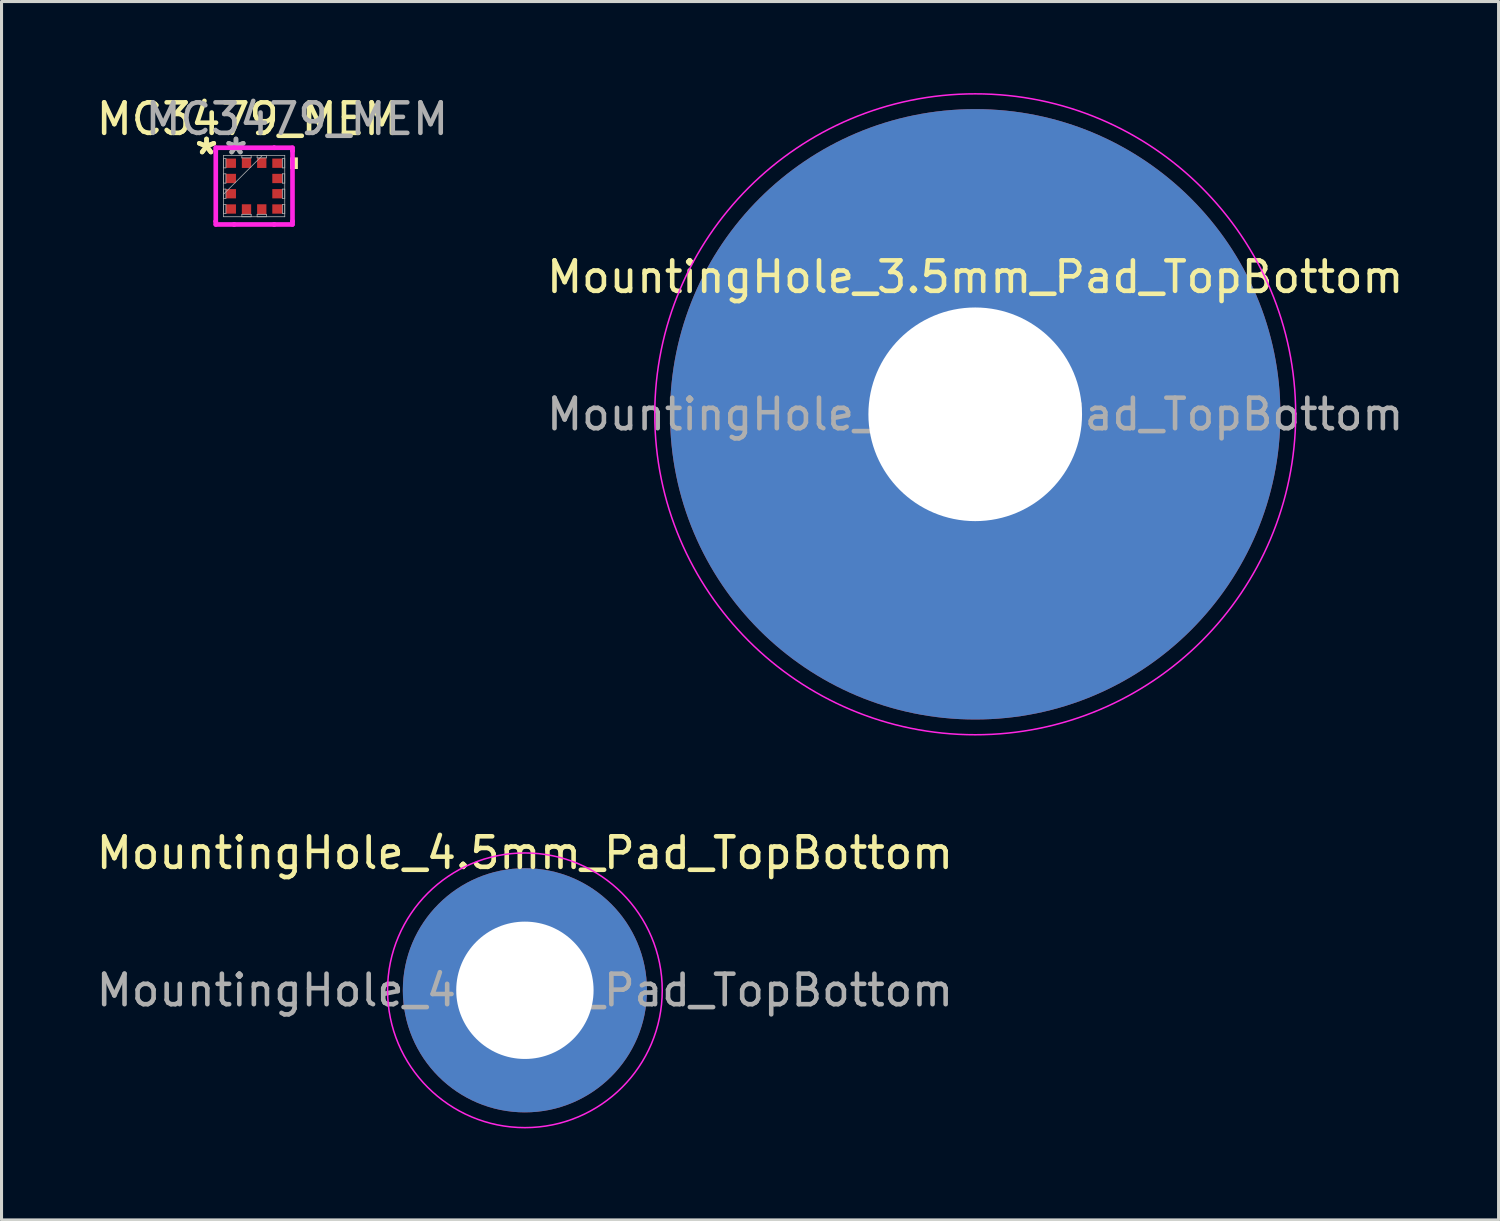
<source format=kicad_pcb>
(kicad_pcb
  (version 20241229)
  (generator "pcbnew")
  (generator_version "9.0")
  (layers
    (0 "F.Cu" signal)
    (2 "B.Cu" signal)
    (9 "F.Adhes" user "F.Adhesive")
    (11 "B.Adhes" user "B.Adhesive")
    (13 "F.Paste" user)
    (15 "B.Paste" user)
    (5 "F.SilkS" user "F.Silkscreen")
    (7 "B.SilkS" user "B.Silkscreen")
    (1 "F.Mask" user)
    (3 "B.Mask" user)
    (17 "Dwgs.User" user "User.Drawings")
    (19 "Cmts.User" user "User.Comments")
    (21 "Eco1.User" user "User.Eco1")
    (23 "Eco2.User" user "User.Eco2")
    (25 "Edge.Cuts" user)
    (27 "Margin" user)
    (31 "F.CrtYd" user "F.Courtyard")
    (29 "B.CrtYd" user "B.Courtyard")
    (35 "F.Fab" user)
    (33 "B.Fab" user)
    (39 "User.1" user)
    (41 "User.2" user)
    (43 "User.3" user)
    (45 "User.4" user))
  (footprint "MountingHole_4.5mm_Pad_TopBottom"
    (layer "F.Cu")
    (at 14.149 29.398)
    (property "Reference" "MountingHole_4.5mm_Pad_TopBottom" (at 0 -4.5 0) (layer "F.SilkS") (effects (font (size 1 1) (thickness 0.15))))
    (attr exclude_from_pos_files exclude_from_bom)
    (fp_circle (center 0 0) (end 4.5 0) (stroke (width 0.05) (type solid)) (fill no) (layer "F.CrtYd"))
    (fp_text user "${REFERENCE}" (at 0 0 0) (layer "F.Fab") (effects (font (size 1 1) (thickness 0.15))))
    (pad "1" thru_hole circle (at 0 0) (size 5 5) (drill 4.5) (layers "*.Cu" "*.Mask"))
    (pad "1" connect circle (at 0 0) (size 8 8) (layers "F.Cu" "F.Mask"))
    (pad "1" connect circle (at 0 0) (size 8 8) (layers "B.Cu" "B.Mask")))
  (footprint "MC3479_MEM"
    (layer "F.Cu")
    (at 5.277 3.048)
    (property "Reference" "MC3479_MEM" (at -0.2 -2.2 0) (unlocked yes) (layer "F.SilkS") (effects (font (size 1 1) (thickness 0.15))))
    (attr smd)
    (fp_poly (pts (xy 1.433 -0.941) (xy 1.433 -0.56) (xy 1.179 -0.56) (xy 1.179 -0.941)) (stroke (width 0) (type solid)) (fill yes) (layer "F.SilkS"))
    (fp_line (start -1.257 -1.257) (end -0.656 -1.257) (stroke (width 0.152) (type solid)) (layer "F.CrtYd"))
    (fp_line (start -1.257 -1.156) (end -1.257 -1.257) (stroke (width 0.152) (type solid)) (layer "F.CrtYd"))
    (fp_line (start -1.257 -1.156) (end -1.257 -1.156) (stroke (width 0.152) (type solid)) (layer "F.CrtYd"))
    (fp_line (start -1.257 1.156) (end -1.257 -1.156) (stroke (width 0.152) (type solid)) (layer "F.CrtYd"))
    (fp_line (start -1.257 1.156) (end -1.257 1.156) (stroke (width 0.152) (type solid)) (layer "F.CrtYd"))
    (fp_line (start -1.257 1.257) (end -1.257 1.156) (stroke (width 0.152) (type solid)) (layer "F.CrtYd"))
    (fp_line (start -0.656 -1.257) (end -0.656 -1.257) (stroke (width 0.152) (type solid)) (layer "F.CrtYd"))
    (fp_line (start -0.656 -1.257) (end 0.656 -1.257) (stroke (width 0.152) (type solid)) (layer "F.CrtYd"))
    (fp_line (start -0.656 1.257) (end -1.257 1.257) (stroke (width 0.152) (type solid)) (layer "F.CrtYd"))
    (fp_line (start -0.656 1.257) (end -0.656 1.257) (stroke (width 0.152) (type solid)) (layer "F.CrtYd"))
    (fp_line (start 0.656 -1.257) (end 0.656 -1.257) (stroke (width 0.152) (type solid)) (layer "F.CrtYd"))
    (fp_line (start 0.656 -1.257) (end 1.257 -1.257) (stroke (width 0.152) (type solid)) (layer "F.CrtYd"))
    (fp_line (start 0.656 1.257) (end -0.656 1.257) (stroke (width 0.152) (type solid)) (layer "F.CrtYd"))
    (fp_line (start 0.656 1.257) (end 0.656 1.257) (stroke (width 0.152) (type solid)) (layer "F.CrtYd"))
    (fp_line (start 1.257 -1.257) (end 1.257 -1.156) (stroke (width 0.152) (type solid)) (layer "F.CrtYd"))
    (fp_line (start 1.257 -1.156) (end 1.257 -1.156) (stroke (width 0.152) (type solid)) (layer "F.CrtYd"))
    (fp_line (start 1.257 -1.156) (end 1.257 1.156) (stroke (width 0.152) (type solid)) (layer "F.CrtYd"))
    (fp_line (start 1.257 1.156) (end 1.257 1.156) (stroke (width 0.152) (type solid)) (layer "F.CrtYd"))
    (fp_line (start 1.257 1.156) (end 1.257 1.257) (stroke (width 0.152) (type solid)) (layer "F.CrtYd"))
    (fp_line (start 1.257 1.257) (end 0.656 1.257) (stroke (width 0.152) (type solid)) (layer "F.CrtYd"))
    (fp_line (start -1.003 -1.003) (end -1.003 -1.003) (stroke (width 0.025) (type solid)) (layer "F.Fab"))
    (fp_line (start -1.003 -1.003) (end -1.003 1.003) (stroke (width 0.025) (type solid)) (layer "F.Fab"))
    (fp_line (start -1.003 -0.902) (end -0.925 -0.902) (stroke (width 0.025) (type solid)) (layer "F.Fab"))
    (fp_line (start -1.003 -0.598) (end -1.003 -0.902) (stroke (width 0.025) (type solid)) (layer "F.Fab"))
    (fp_line (start -1.003 -0.402) (end -0.925 -0.402) (stroke (width 0.025) (type solid)) (layer "F.Fab"))
    (fp_line (start -1.003 -0.098) (end -1.003 -0.402) (stroke (width 0.025) (type solid)) (layer "F.Fab"))
    (fp_line (start -1.003 0.098) (end -0.925 0.098) (stroke (width 0.025) (type solid)) (layer "F.Fab"))
    (fp_line (start -1.003 0.267) (end 0.267 -1.003) (stroke (width 0.025) (type solid)) (layer "F.Fab"))
    (fp_line (start -1.003 0.402) (end -1.003 0.098) (stroke (width 0.025) (type solid)) (layer "F.Fab"))
    (fp_line (start -1.003 0.598) (end -0.925 0.598) (stroke (width 0.025) (type solid)) (layer "F.Fab"))
    (fp_line (start -1.003 0.902) (end -1.003 0.598) (stroke (width 0.025) (type solid)) (layer "F.Fab"))
    (fp_line (start -1.003 1.003) (end -1.003 1.003) (stroke (width 0.025) (type solid)) (layer "F.Fab"))
    (fp_line (start -1.003 1.003) (end 1.003 1.003) (stroke (width 0.025) (type solid)) (layer "F.Fab"))
    (fp_line (start -0.925 -0.902) (end -0.925 -0.598) (stroke (width 0.025) (type solid)) (layer "F.Fab"))
    (fp_line (start -0.925 -0.598) (end -1.003 -0.598) (stroke (width 0.025) (type solid)) (layer "F.Fab"))
    (fp_line (start -0.925 -0.402) (end -0.925 -0.098) (stroke (width 0.025) (type solid)) (layer "F.Fab"))
    (fp_line (start -0.925 -0.098) (end -1.003 -0.098) (stroke (width 0.025) (type solid)) (layer "F.Fab"))
    (fp_line (start -0.925 0.098) (end -0.925 0.402) (stroke (width 0.025) (type solid)) (layer "F.Fab"))
    (fp_line (start -0.925 0.402) (end -1.003 0.402) (stroke (width 0.025) (type solid)) (layer "F.Fab"))
    (fp_line (start -0.925 0.598) (end -0.925 0.902) (stroke (width 0.025) (type solid)) (layer "F.Fab"))
    (fp_line (start -0.925 0.902) (end -1.003 0.902) (stroke (width 0.025) (type solid)) (layer "F.Fab"))
    (fp_line (start -0.402 -1.003) (end -0.098 -1.003) (stroke (width 0.025) (type solid)) (layer "F.Fab"))
    (fp_line (start -0.402 -0.925) (end -0.402 -1.003) (stroke (width 0.025) (type solid)) (layer "F.Fab"))
    (fp_line (start -0.402 0.925) (end -0.098 0.925) (stroke (width 0.025) (type solid)) (layer "F.Fab"))
    (fp_line (start -0.402 1.003) (end -0.402 0.925) (stroke (width 0.025) (type solid)) (layer "F.Fab"))
    (fp_line (start -0.098 -1.003) (end -0.098 -0.925) (stroke (width 0.025) (type solid)) (layer "F.Fab"))
    (fp_line (start -0.098 -0.925) (end -0.402 -0.925) (stroke (width 0.025) (type solid)) (layer "F.Fab"))
    (fp_line (start -0.098 0.925) (end -0.098 1.003) (stroke (width 0.025) (type solid)) (layer "F.Fab"))
    (fp_line (start -0.098 1.003) (end -0.402 1.003) (stroke (width 0.025) (type solid)) (layer "F.Fab"))
    (fp_line (start 0.098 -1.003) (end 0.402 -1.003) (stroke (width 0.025) (type solid)) (layer "F.Fab"))
    (fp_line (start 0.098 -0.925) (end 0.098 -1.003) (stroke (width 0.025) (type solid)) (layer "F.Fab"))
    (fp_line (start 0.098 0.925) (end 0.402 0.925) (stroke (width 0.025) (type solid)) (layer "F.Fab"))
    (fp_line (start 0.098 1.003) (end 0.098 0.925) (stroke (width 0.025) (type solid)) (layer "F.Fab"))
    (fp_line (start 0.402 -1.003) (end 0.402 -0.925) (stroke (width 0.025) (type solid)) (layer "F.Fab"))
    (fp_line (start 0.402 -0.925) (end 0.098 -0.925) (stroke (width 0.025) (type solid)) (layer "F.Fab"))
    (fp_line (start 0.402 0.925) (end 0.402 1.003) (stroke (width 0.025) (type solid)) (layer "F.Fab"))
    (fp_line (start 0.402 1.003) (end 0.098 1.003) (stroke (width 0.025) (type solid)) (layer "F.Fab"))
    (fp_line (start 0.925 -0.902) (end 1.003 -0.902) (stroke (width 0.025) (type solid)) (layer "F.Fab"))
    (fp_line (start 0.925 -0.598) (end 0.925 -0.902) (stroke (width 0.025) (type solid)) (layer "F.Fab"))
    (fp_line (start 0.925 -0.402) (end 1.003 -0.402) (stroke (width 0.025) (type solid)) (layer "F.Fab"))
    (fp_line (start 0.925 -0.098) (end 0.925 -0.402) (stroke (width 0.025) (type solid)) (layer "F.Fab"))
    (fp_line (start 0.925 0.098) (end 1.003 0.098) (stroke (width 0.025) (type solid)) (layer "F.Fab"))
    (fp_line (start 0.925 0.402) (end 0.925 0.098) (stroke (width 0.025) (type solid)) (layer "F.Fab"))
    (fp_line (start 0.925 0.598) (end 1.003 0.598) (stroke (width 0.025) (type solid)) (layer "F.Fab"))
    (fp_line (start 0.925 0.902) (end 0.925 0.598) (stroke (width 0.025) (type solid)) (layer "F.Fab"))
    (fp_line (start 1.003 -1.003) (end -1.003 -1.003) (stroke (width 0.025) (type solid)) (layer "F.Fab"))
    (fp_line (start 1.003 -1.003) (end 1.003 -1.003) (stroke (width 0.025) (type solid)) (layer "F.Fab"))
    (fp_line (start 1.003 -0.902) (end 1.003 -0.598) (stroke (width 0.025) (type solid)) (layer "F.Fab"))
    (fp_line (start 1.003 -0.598) (end 0.925 -0.598) (stroke (width 0.025) (type solid)) (layer "F.Fab"))
    (fp_line (start 1.003 -0.402) (end 1.003 -0.098) (stroke (width 0.025) (type solid)) (layer "F.Fab"))
    (fp_line (start 1.003 -0.098) (end 0.925 -0.098) (stroke (width 0.025) (type solid)) (layer "F.Fab"))
    (fp_line (start 1.003 0.098) (end 1.003 0.402) (stroke (width 0.025) (type solid)) (layer "F.Fab"))
    (fp_line (start 1.003 0.402) (end 0.925 0.402) (stroke (width 0.025) (type solid)) (layer "F.Fab"))
    (fp_line (start 1.003 0.598) (end 1.003 0.902) (stroke (width 0.025) (type solid)) (layer "F.Fab"))
    (fp_line (start 1.003 0.902) (end 0.925 0.902) (stroke (width 0.025) (type solid)) (layer "F.Fab"))
    (fp_line (start 1.003 1.003) (end 1.003 -1.003) (stroke (width 0.025) (type solid)) (layer "F.Fab"))
    (fp_line (start 1.003 1.003) (end 1.003 1.003) (stroke (width 0.025) (type solid)) (layer "F.Fab"))
    (fp_text user "*" (at -1.56 -1 0) (layer "F.SilkS") (effects (font (size 1 1) (thickness 0.15))))
    (fp_text user "*" (at -1.56 -1 0) (unlocked yes) (layer "F.SilkS") (effects (font (size 1 1) (thickness 0.15))))
    (fp_text user "*" (at -0.595 -1 0) (unlocked yes) (layer "F.Fab") (effects (font (size 1 1) (thickness 0.15))))
    (fp_text user "*" (at -0.595 -1 0) (layer "F.Fab") (effects (font (size 1 1) (thickness 0.15))))
    (fp_text user "${REFERENCE}" (at 1.4 -2.2 0) (unlocked yes) (layer "F.Fab") (effects (font (size 1 1) (thickness 0.15))))
    (pad "1" smd rect (at -0.76 -0.75 90) (size 0.305 0.33) (layers "F.Cu" "F.Mask" "F.Paste"))
    (pad "2" smd rect (at -0.76 -0.25 90) (size 0.305 0.33) (layers "F.Cu" "F.Mask" "F.Paste"))
    (pad "3" smd rect (at -0.76 0.25 90) (size 0.305 0.33) (layers "F.Cu" "F.Mask" "F.Paste"))
    (pad "4" smd rect (at -0.76 0.75 90) (size 0.305 0.33) (layers "F.Cu" "F.Mask" "F.Paste"))
    (pad "5" smd rect (at -0.25 0.76) (size 0.305 0.33) (layers "F.Cu" "F.Mask" "F.Paste"))
    (pad "6" smd rect (at 0.25 0.76) (size 0.305 0.33) (layers "F.Cu" "F.Mask" "F.Paste"))
    (pad "7" smd rect (at 0.76 0.75 90) (size 0.305 0.33) (layers "F.Cu" "F.Mask" "F.Paste"))
    (pad "8" smd rect (at 0.76 0.25 90) (size 0.305 0.33) (layers "F.Cu" "F.Mask" "F.Paste"))
    (pad "9" smd rect (at 0.76 -0.25 90) (size 0.305 0.33) (layers "F.Cu" "F.Mask" "F.Paste"))
    (pad "10" smd rect (at 0.76 -0.75 90) (size 0.305 0.33) (layers "F.Cu" "F.Mask" "F.Paste"))
    (pad "11" smd rect (at 0.25 -0.76) (size 0.305 0.33) (layers "F.Cu" "F.Mask" "F.Paste"))
    (pad "12" smd rect (at -0.25 -0.76) (size 0.305 0.33) (layers "F.Cu" "F.Mask" "F.Paste")))
  (footprint "MountingHole_3.5mm_Pad_TopBottom"
    (layer "F.Cu")
    (at 28.904 10.525)
    (property "Reference" "MountingHole_3.5mm_Pad_TopBottom" (at 0 -4.5 0) (layer "F.SilkS") (effects (font (size 1 1) (thickness 0.15))))
    (attr exclude_from_pos_files exclude_from_bom)
    (fp_circle (center 0 0) (end 10.5 0) (stroke (width 0.05) (type solid)) (fill no) (layer "F.CrtYd"))
    (fp_text user "${REFERENCE}" (at 0 0 0) (layer "F.Fab") (effects (font (size 1 1) (thickness 0.15))))
    (pad "1" thru_hole circle (at 0 0) (size 7.5 7.5) (drill 7) (layers "*.Cu" "*.Mask"))
    (pad "1" connect circle (at 0 0) (size 20 20) (layers "F.Cu" "F.Mask"))
    (pad "1" connect circle (at 0 0) (size 20 20) (layers "B.Cu" "B.Mask")))
  (gr_rect
    (start -3 -3)
    (end 46.052 36.923)
    (stroke (width 0.1) (type default))
    (fill no)
    (layer "Edge.Cuts")))
</source>
